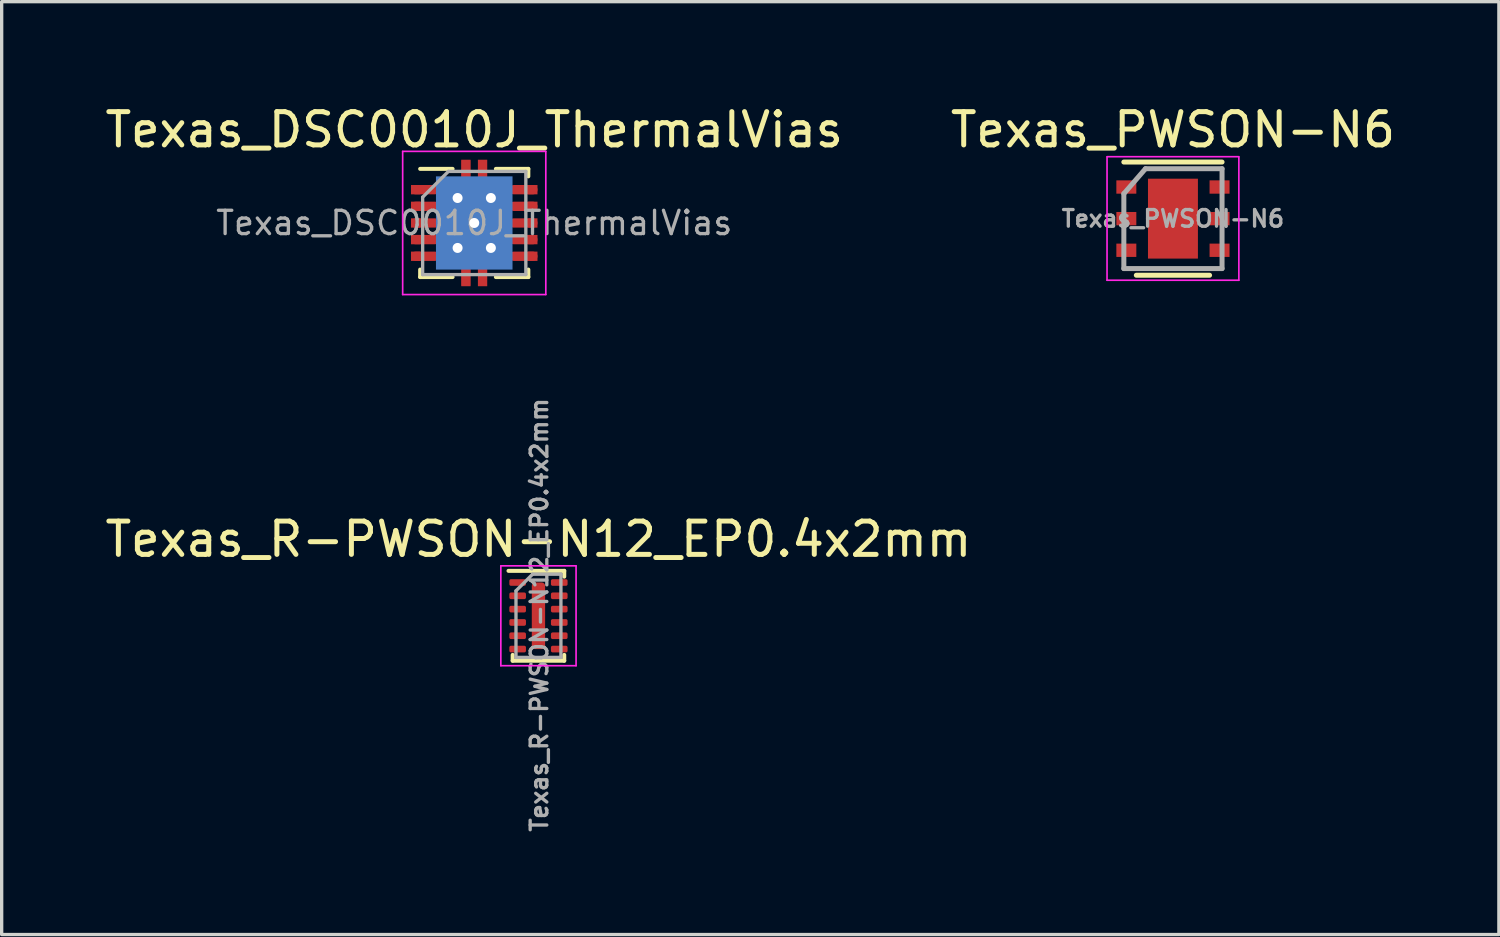
<source format=kicad_pcb>
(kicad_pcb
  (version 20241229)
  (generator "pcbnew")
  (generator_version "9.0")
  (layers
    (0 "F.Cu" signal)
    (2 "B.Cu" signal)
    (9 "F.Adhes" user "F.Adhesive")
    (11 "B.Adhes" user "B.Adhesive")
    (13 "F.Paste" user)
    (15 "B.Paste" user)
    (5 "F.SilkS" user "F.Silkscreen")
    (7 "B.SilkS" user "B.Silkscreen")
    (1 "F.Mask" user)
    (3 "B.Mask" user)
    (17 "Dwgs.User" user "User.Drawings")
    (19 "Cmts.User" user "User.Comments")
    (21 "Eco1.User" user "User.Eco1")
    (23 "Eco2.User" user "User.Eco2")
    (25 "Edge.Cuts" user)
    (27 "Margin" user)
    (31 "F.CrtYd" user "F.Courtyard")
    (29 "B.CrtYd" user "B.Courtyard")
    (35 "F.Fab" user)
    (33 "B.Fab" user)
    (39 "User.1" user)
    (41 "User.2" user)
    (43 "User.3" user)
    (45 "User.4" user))
  (footprint "Texas_R-PWSON-N12_EP0.4x2mm"
    (layer "F.Cu")
    (at 13.125 15.448)
    (property "Reference" "Texas_R-PWSON-N12_EP0.4x2mm" (at 0 -2.3 0) (layer "F.SilkS") (effects (font (size 1 1) (thickness 0.15))))
    (attr smd)
    (fp_line (start -0.775 1.35) (end -0.775 1.175) (stroke (width 0.12) (type solid)) (layer "F.SilkS"))
    (fp_line (start 0.775 -1.35) (end -0.9 -1.35) (stroke (width 0.12) (type solid)) (layer "F.SilkS"))
    (fp_line (start 0.775 -1.35) (end 0.775 -1.175) (stroke (width 0.12) (type solid)) (layer "F.SilkS"))
    (fp_line (start 0.775 1.35) (end -0.775 1.35) (stroke (width 0.12) (type solid)) (layer "F.SilkS"))
    (fp_line (start 0.775 1.35) (end 0.775 1.175) (stroke (width 0.12) (type solid)) (layer "F.SilkS"))
    (fp_line (start -1.13 -1.5) (end -1.13 1.5) (stroke (width 0.05) (type solid)) (layer "F.CrtYd"))
    (fp_line (start -1.13 -1.5) (end 1.13 -1.5) (stroke (width 0.05) (type solid)) (layer "F.CrtYd"))
    (fp_line (start -1.13 1.5) (end 1.13 1.5) (stroke (width 0.05) (type solid)) (layer "F.CrtYd"))
    (fp_line (start 1.13 -1.5) (end 1.13 1.5) (stroke (width 0.05) (type solid)) (layer "F.CrtYd"))
    (fp_line (start -0.675 -0.75) (end -0.675 1.25) (stroke (width 0.1) (type solid)) (layer "F.Fab"))
    (fp_line (start -0.675 1.25) (end 0.675 1.25) (stroke (width 0.1) (type solid)) (layer "F.Fab"))
    (fp_line (start -0.175 -1.25) (end -0.675 -0.75) (stroke (width 0.1) (type solid)) (layer "F.Fab"))
    (fp_line (start -0.175 -1.25) (end 0.675 -1.25) (stroke (width 0.1) (type solid)) (layer "F.Fab"))
    (fp_line (start 0.675 -1.25) (end 0.675 1.25) (stroke (width 0.1) (type solid)) (layer "F.Fab"))
    (fp_text user "${REFERENCE}" (at 0.025 -0.025 90) (layer "F.Fab") (effects (font (size 0.5 0.5) (thickness 0.1))))
    (pad "" smd roundrect (at 0 -0.68) (size 0.3 0.55) (layers "F.Paste") (roundrect_rratio 0.25))
    (pad "" smd roundrect (at 0 0) (size 0.3 0.55) (layers "F.Paste") (roundrect_rratio 0.25))
    (pad "" smd roundrect (at 0 0.68) (size 0.3 0.55) (layers "F.Paste") (roundrect_rratio 0.25))
    (pad "1" smd roundrect (at -0.625 -1 90) (size 0.2 0.5) (layers "F.Cu" "F.Mask" "F.Paste") (roundrect_rratio 0.25))
    (pad "2" smd roundrect (at -0.625 -0.6 90) (size 0.2 0.5) (layers "F.Cu" "F.Mask" "F.Paste") (roundrect_rratio 0.25))
    (pad "3" smd roundrect (at -0.625 -0.2 90) (size 0.2 0.5) (layers "F.Cu" "F.Mask" "F.Paste") (roundrect_rratio 0.25))
    (pad "4" smd roundrect (at -0.625 0.2 90) (size 0.2 0.5) (layers "F.Cu" "F.Mask" "F.Paste") (roundrect_rratio 0.25))
    (pad "5" smd roundrect (at -0.625 0.6 90) (size 0.2 0.5) (layers "F.Cu" "F.Mask" "F.Paste") (roundrect_rratio 0.25))
    (pad "6" smd roundrect (at -0.625 1 90) (size 0.2 0.5) (layers "F.Cu" "F.Mask" "F.Paste") (roundrect_rratio 0.25))
    (pad "7" smd roundrect (at 0.625 1 90) (size 0.2 0.5) (layers "F.Cu" "F.Mask" "F.Paste") (roundrect_rratio 0.25))
    (pad "8" smd roundrect (at 0.625 0.6 90) (size 0.2 0.5) (layers "F.Cu" "F.Mask" "F.Paste") (roundrect_rratio 0.25))
    (pad "9" smd roundrect (at 0.625 0.2 90) (size 0.2 0.5) (layers "F.Cu" "F.Mask" "F.Paste") (roundrect_rratio 0.25))
    (pad "10" smd roundrect (at 0.625 -0.2 90) (size 0.2 0.5) (layers "F.Cu" "F.Mask" "F.Paste") (roundrect_rratio 0.25))
    (pad "11" smd roundrect (at 0.625 -0.6 90) (size 0.2 0.5) (layers "F.Cu" "F.Mask" "F.Paste") (roundrect_rratio 0.25))
    (pad "12" smd roundrect (at 0.625 -1 90) (size 0.2 0.5) (layers "F.Cu" "F.Mask" "F.Paste") (roundrect_rratio 0.25))
    (pad "13" smd roundrect (at 0 0) (size 0.4 2) (layers "F.Cu" "F.Mask") (roundrect_rratio 0.25)))
  (footprint "Texas_DSC0010J_ThermalVias"
    (layer "F.Cu")
    (at 11.196 3.648)
    (property "Reference" "Texas_DSC0010J_ThermalVias" (at 0 -2.8 0) (layer "F.SilkS") (effects (font (size 1 1) (thickness 0.15))))
    (attr smd)
    (fp_line (start -1.625 -1.625) (end -0.65 -1.625) (stroke (width 0.12) (type solid)) (layer "F.SilkS"))
    (fp_line (start -1.625 1.625) (end -1.625 1.4) (stroke (width 0.12) (type solid)) (layer "F.SilkS"))
    (fp_line (start -1.625 1.625) (end -0.65 1.625) (stroke (width 0.12) (type solid)) (layer "F.SilkS"))
    (fp_line (start 0.65 -1.625) (end 1.625 -1.625) (stroke (width 0.12) (type solid)) (layer "F.SilkS"))
    (fp_line (start 0.65 1.625) (end 1.625 1.625) (stroke (width 0.12) (type solid)) (layer "F.SilkS"))
    (fp_line (start 1.625 -1.4) (end 1.625 -1.625) (stroke (width 0.12) (type solid)) (layer "F.SilkS"))
    (fp_line (start 1.625 1.4) (end 1.625 1.625) (stroke (width 0.12) (type solid)) (layer "F.SilkS"))
    (fp_line (start -2.15 -2.15) (end -2.15 2.15) (stroke (width 0.05) (type solid)) (layer "F.CrtYd"))
    (fp_line (start -2.15 -2.15) (end 2.15 -2.15) (stroke (width 0.05) (type solid)) (layer "F.CrtYd"))
    (fp_line (start -2.15 2.15) (end 2.15 2.15) (stroke (width 0.05) (type solid)) (layer "F.CrtYd"))
    (fp_line (start 2.15 -2.15) (end 2.15 2.15) (stroke (width 0.05) (type solid)) (layer "F.CrtYd"))
    (fp_line (start -1.55 1.55) (end -1.55 -0.775) (stroke (width 0.1) (type solid)) (layer "F.Fab"))
    (fp_line (start -0.775 -1.55) (end -1.55 -0.775) (stroke (width 0.1) (type solid)) (layer "F.Fab"))
    (fp_line (start -0.775 -1.55) (end 1.55 -1.55) (stroke (width 0.1) (type solid)) (layer "F.Fab"))
    (fp_line (start 1.55 -1.55) (end 1.55 1.55) (stroke (width 0.1) (type solid)) (layer "F.Fab"))
    (fp_line (start 1.55 1.55) (end -1.55 1.55) (stroke (width 0.1) (type solid)) (layer "F.Fab"))
    (fp_text user "${REFERENCE}" (at 0 0 0) (layer "F.Fab") (effects (font (size 0.7 0.7) (thickness 0.1))))
    (pad "1" smd rect (at -1.76 -1) (size 0.28 0.28) (layers "F.Cu" "F.Mask" "F.Paste"))
    (pad "1" smd oval (at -1.475 -1) (size 0.85 0.28) (layers "F.Cu" "F.Mask" "F.Paste"))
    (pad "2" smd rect (at -1.76 -0.5) (size 0.28 0.28) (layers "F.Cu" "F.Mask" "F.Paste"))
    (pad "2" smd oval (at -1.475 -0.5) (size 0.85 0.28) (layers "F.Cu" "F.Mask" "F.Paste"))
    (pad "3" smd rect (at -1.76 0) (size 0.28 0.28) (layers "F.Cu" "F.Mask" "F.Paste"))
    (pad "3" smd oval (at -1.475 0) (size 0.85 0.28) (layers "F.Cu" "F.Mask" "F.Paste"))
    (pad "4" smd rect (at -1.76 0.5) (size 0.28 0.28) (layers "F.Cu" "F.Mask" "F.Paste"))
    (pad "4" smd oval (at -1.475 0.5) (size 0.85 0.28) (layers "F.Cu" "F.Mask" "F.Paste"))
    (pad "5" smd rect (at -1.76 1) (size 0.28 0.28) (layers "F.Cu" "F.Mask" "F.Paste"))
    (pad "5" smd oval (at -1.475 1) (size 0.85 0.28) (layers "F.Cu" "F.Mask" "F.Paste"))
    (pad "6" smd oval (at 1.475 1) (size 0.85 0.28) (layers "F.Cu" "F.Mask" "F.Paste"))
    (pad "6" smd rect (at 1.76 1) (size 0.28 0.28) (layers "F.Cu" "F.Mask" "F.Paste"))
    (pad "7" smd oval (at 1.475 0.5) (size 0.85 0.28) (layers "F.Cu" "F.Mask" "F.Paste"))
    (pad "7" smd rect (at 1.76 0.5) (size 0.28 0.28) (layers "F.Cu" "F.Mask" "F.Paste"))
    (pad "8" smd oval (at 1.475 0) (size 0.85 0.28) (layers "F.Cu" "F.Mask" "F.Paste"))
    (pad "8" smd rect (at 1.76 0) (size 0.28 0.28) (layers "F.Cu" "F.Mask" "F.Paste"))
    (pad "9" smd oval (at 1.475 -0.5) (size 0.85 0.28) (layers "F.Cu" "F.Mask" "F.Paste"))
    (pad "9" smd rect (at 1.76 -0.5) (size 0.28 0.28) (layers "F.Cu" "F.Mask" "F.Paste"))
    (pad "10" smd oval (at 1.475 -1) (size 0.85 0.28) (layers "F.Cu" "F.Mask" "F.Paste"))
    (pad "10" smd rect (at 1.76 -1) (size 0.28 0.28) (layers "F.Cu" "F.Mask" "F.Paste"))
    (pad "11" thru_hole circle (at -0.5 -0.75) (size 0.6 0.6) (drill 0.3) (layers "*.Cu" "*.Mask"))
    (pad "11" thru_hole circle (at -0.5 0.75) (size 0.6 0.6) (drill 0.3) (layers "*.Cu" "*.Mask"))
    (pad "11" smd rect (at -0.45 -0.635) (size 0.68 1.05) (layers "F.Cu" "F.Mask" "F.Paste"))
    (pad "11" smd rect (at -0.45 0.635) (size 0.68 1.05) (layers "F.Cu" "F.Mask" "F.Paste"))
    (pad "11" smd rect (at -0.25 -1.63) (size 0.26 0.5) (layers "F.Cu" "F.Mask" "F.Paste"))
    (pad "11" smd rect (at -0.25 -1.55) (size 0.28 0.7) (layers "F.Cu" "F.Mask"))
    (pad "11" smd rect (at -0.25 1.55) (size 0.28 0.7) (layers "F.Cu" "F.Mask"))
    (pad "11" smd rect (at -0.25 1.63) (size 0.26 0.5) (layers "F.Cu" "F.Mask" "F.Paste"))
    (pad "11" thru_hole circle (at 0 0) (size 0.6 0.6) (drill 0.3) (layers "*.Cu" "*.Mask"))
    (pad "11" smd rect (at 0 0) (size 1.65 2.4) (layers "F.Cu" "F.Mask"))
    (pad "11" smd rect (at 0 0) (size 2.3 2.8) (layers "B.Cu"))
    (pad "11" smd rect (at 0.25 -1.63) (size 0.26 0.5) (layers "F.Cu" "F.Mask" "F.Paste"))
    (pad "11" smd rect (at 0.25 -1.55) (size 0.28 0.7) (layers "F.Cu" "F.Mask"))
    (pad "11" smd rect (at 0.25 1.55) (size 0.28 0.7) (layers "F.Cu" "F.Mask"))
    (pad "11" smd rect (at 0.25 1.63) (size 0.26 0.5) (layers "F.Cu" "F.Mask" "F.Paste"))
    (pad "11" smd rect (at 0.45 -0.635) (size 0.68 1.05) (layers "F.Cu" "F.Mask" "F.Paste"))
    (pad "11" smd rect (at 0.45 0.635) (size 0.68 1.05) (layers "F.Cu" "F.Mask" "F.Paste"))
    (pad "11" thru_hole circle (at 0.5 -0.75) (size 0.6 0.6) (drill 0.3) (layers "*.Cu" "*.Mask"))
    (pad "11" thru_hole circle (at 0.5 0.75) (size 0.6 0.6) (drill 0.3) (layers "*.Cu" "*.Mask")))
  (footprint "Texas_PWSON-N6"
    (layer "F.Cu")
    (at 32.185 3.518)
    (property "Reference" "Texas_PWSON-N6" (at 0 -2.67 0) (layer "F.SilkS") (effects (font (size 1 1) (thickness 0.15))))
    (attr smd)
    (fp_line (start 1.1 1.7) (end -1.1 1.7) (stroke (width 0.15) (type solid)) (layer "F.SilkS"))
    (fp_line (start 1.475 -1.7) (end -1.475 -1.7) (stroke (width 0.15) (type solid)) (layer "F.SilkS"))
    (fp_line (start -1.98 -1.86) (end 1.98 -1.86) (stroke (width 0.05) (type solid)) (layer "F.CrtYd"))
    (fp_line (start -1.98 1.85) (end -1.98 -1.85) (stroke (width 0.05) (type solid)) (layer "F.CrtYd"))
    (fp_line (start -1.98 1.85) (end 1.98 1.85) (stroke (width 0.05) (type solid)) (layer "F.CrtYd"))
    (fp_line (start 1.98 1.85) (end 1.98 -1.85) (stroke (width 0.05) (type solid)) (layer "F.CrtYd"))
    (fp_line (start -1.475 -0.75) (end -0.825 -1.5) (stroke (width 0.15) (type solid)) (layer "F.Fab"))
    (fp_line (start -1.475 1.5) (end -1.475 -0.75) (stroke (width 0.15) (type solid)) (layer "F.Fab"))
    (fp_line (start 1.475 -1.5) (end -0.825 -1.5) (stroke (width 0.15) (type solid)) (layer "F.Fab"))
    (fp_line (start 1.475 -1.5) (end 1.475 1.5) (stroke (width 0.15) (type solid)) (layer "F.Fab"))
    (fp_line (start 1.475 1.5) (end -1.475 1.5) (stroke (width 0.15) (type solid)) (layer "F.Fab"))
    (fp_text user "${REFERENCE}" (at 0 0 0) (layer "F.Fab") (effects (font (size 0.5 0.5) (thickness 0.1))))
    (pad "1" smd rect (at -1.4 -0.95) (size 0.6 0.4) (layers "F.Cu" "F.Mask" "F.Paste"))
    (pad "2" smd rect (at -1.4 0) (size 0.6 0.4) (layers "F.Cu" "F.Mask" "F.Paste"))
    (pad "3" smd rect (at -1.4 0.95) (size 0.6 0.4) (layers "F.Cu" "F.Mask" "F.Paste"))
    (pad "4" smd rect (at 1.4 0.95) (size 0.6 0.4) (layers "F.Cu" "F.Mask" "F.Paste"))
    (pad "5" smd rect (at 1.4 0) (size 0.6 0.4) (layers "F.Cu" "F.Mask" "F.Paste"))
    (pad "6" smd rect (at 1.4 -0.95) (size 0.6 0.4) (layers "F.Cu" "F.Mask" "F.Paste"))
    (pad "7" smd rect (at 0 0) (size 1.5 2.4) (layers "F.Cu" "F.Mask" "F.Paste")))
  (gr_rect
    (start -3 -3)
    (end 41.976 25.023)
    (stroke (width 0.1) (type default))
    (fill no)
    (layer "Edge.Cuts")))
</source>
